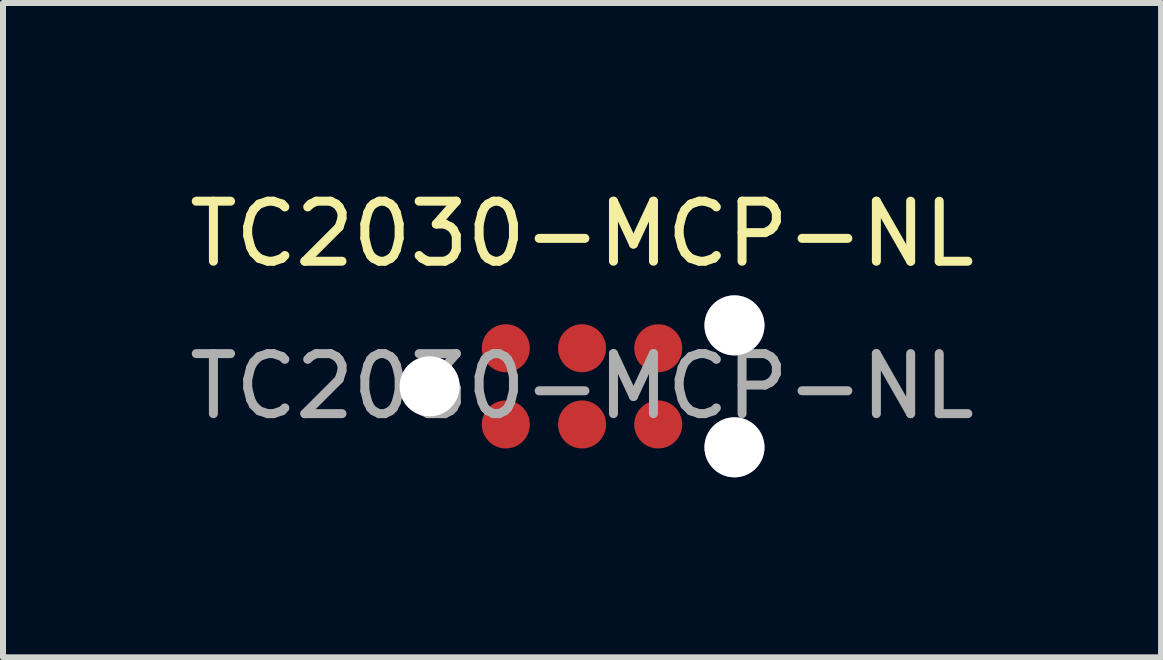
<source format=kicad_pcb>
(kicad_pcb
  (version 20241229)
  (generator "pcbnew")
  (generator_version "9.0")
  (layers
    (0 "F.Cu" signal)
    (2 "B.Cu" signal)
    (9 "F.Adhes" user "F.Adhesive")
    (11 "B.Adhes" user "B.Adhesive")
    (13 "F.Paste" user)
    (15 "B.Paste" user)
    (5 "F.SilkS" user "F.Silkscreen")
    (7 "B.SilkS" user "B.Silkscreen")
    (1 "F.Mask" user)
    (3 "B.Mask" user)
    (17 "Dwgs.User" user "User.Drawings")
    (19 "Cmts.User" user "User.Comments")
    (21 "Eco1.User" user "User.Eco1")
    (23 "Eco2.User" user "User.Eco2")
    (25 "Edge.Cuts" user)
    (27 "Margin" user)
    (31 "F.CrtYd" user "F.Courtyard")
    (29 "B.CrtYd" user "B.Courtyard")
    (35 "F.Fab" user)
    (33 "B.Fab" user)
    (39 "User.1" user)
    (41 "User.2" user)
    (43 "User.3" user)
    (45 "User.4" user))
  (footprint "TC2030-MCP-NL"
    (layer "F.Cu")
    (at 6.649 3.388)
    (property "Reference" "TC2030-MCP-NL" (at 0 -2.54 0) (layer "F.SilkS") (effects (font (size 1 1) (thickness 0.15))))
    (attr through_hole)
    (fp_text user "${REFERENCE}" (at 0 0 0) (layer "F.Fab") (effects (font (size 1 1) (thickness 0.15))))
    (pad "1" smd circle (at -1.27 0.635) (size 0.8 0.8) (layers "F.Cu" "F.Mask"))
    (pad "2" smd circle (at -1.27 -0.635) (size 0.8 0.8) (layers "F.Cu" "F.Mask"))
    (pad "3" smd circle (at 0 0.635) (size 0.8 0.8) (layers "F.Cu" "F.Mask"))
    (pad "4" smd circle (at 0 -0.635) (size 0.8 0.8) (layers "F.Cu" "F.Mask"))
    (pad "5" smd circle (at 1.27 0.635) (size 0.8 0.8) (layers "F.Cu" "F.Mask"))
    (pad "6" smd circle (at 1.27 -0.635) (size 0.8 0.8) (layers "F.Cu" "F.Mask"))
    (pad "~" thru_hole circle (at -2.54 0) (size 1 1) (drill 1) (layers "*.Cu" "*.Mask"))
    (pad "~" thru_hole circle (at 2.54 -1.016) (size 1 1) (drill 1) (layers "*.Cu" "*.Mask"))
    (pad "~" thru_hole circle (at 2.54 1.016) (size 1 1) (drill 1) (layers "*.Cu" "*.Mask")))
  (gr_rect
    (start -3 -3)
    (end 16.298 7.904)
    (stroke (width 0.1) (type default))
    (fill no)
    (layer "Edge.Cuts")))
</source>
